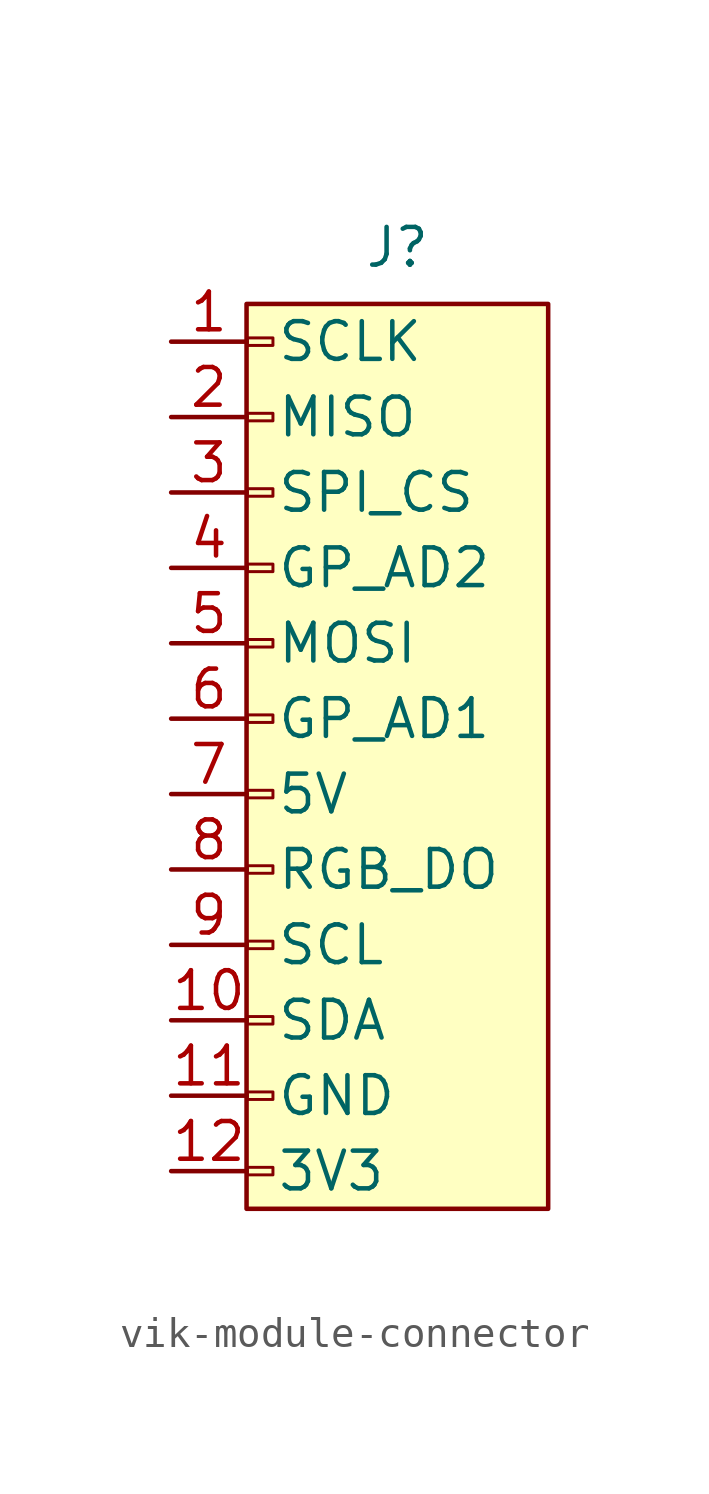
<source format=kicad_sym>
(kicad_symbol_lib
  (version 20220914)
  (generator kicad_symbol_editor)
  (symbol "vik-module-connector"
    (pin_names
      (offset 1))
    (property "Reference" "J"
      (at 0 15.875 0)
      (effects (font (size 1.27 1.27))))
    (symbol "vik-module-connector_1_1"
      (rectangle (start -5.08 13.97) (end 5.08 -16.51) (stroke (width 0) (type default)) (fill (type background)))
      (rectangle (start -5.055 -15.113) (end -4.191 -15.367) (stroke (width 0.1) (type default)) (fill (type none)))
      (rectangle (start -5.055 -12.573) (end -4.191 -12.827) (stroke (width 0.1) (type default)) (fill (type none)))
      (rectangle (start -5.055 -10.033) (end -4.191 -10.287) (stroke (width 0.1) (type default)) (fill (type none)))
      (rectangle (start -5.055 -7.493) (end -4.191 -7.747) (stroke (width 0.1) (type default)) (fill (type none)))
      (rectangle (start -5.055 -4.953) (end -4.191 -5.207) (stroke (width 0.1) (type default)) (fill (type none)))
      (rectangle (start -5.055 -2.413) (end -4.191 -2.667) (stroke (width 0.1) (type default)) (fill (type none)))
      (rectangle (start -5.055 0.127) (end -4.191 -0.127) (stroke (width 0.1) (type default)) (fill (type none)))
      (rectangle (start -5.055 2.667) (end -4.191 2.413) (stroke (width 0.1) (type default)) (fill (type none)))
      (rectangle (start -5.055 5.207) (end -4.191 4.953) (stroke (width 0.1) (type default)) (fill (type none)))
      (rectangle (start -5.055 7.747) (end -4.191 7.493) (stroke (width 0.1) (type default)) (fill (type none)))
      (rectangle (start -5.055 10.287) (end -4.191 10.033) (stroke (width 0.1) (type default)) (fill (type none)))
      (rectangle (start -5.055 12.827) (end -4.191 12.573) (stroke (width 0.1) (type default)) (fill (type none)))
      (pin output line (at -7.62 12.7 0) (length 2.54) (name "SCLK" (effects (font (size 1.27 1.27)))) (number "1" (effects (font (size 1.27 1.27)))))
      (pin bidirectional line (at -7.62 -10.16 0) (length 2.54) (name "SDA" (effects (font (size 1.27 1.27)))) (number "10" (effects (font (size 1.27 1.27)))))
      (pin power_out line (at -7.62 -12.7 0) (length 2.54) (name "GND" (effects (font (size 1.27 1.27)))) (number "11" (effects (font (size 1.27 1.27)))))
      (pin power_out line (at -7.62 -15.24 0) (length 2.54) (name "3V3" (effects (font (size 1.27 1.27)))) (number "12" (effects (font (size 1.27 1.27)))))
      (pin tri_state line (at -7.62 10.16 0) (length 2.54) (name "MISO" (effects (font (size 1.27 1.27)))) (number "2" (effects (font (size 1.27 1.27)))))
      (pin output line (at -7.62 7.62 0) (length 2.54) (name "SPI_CS" (effects (font (size 1.27 1.27)))) (number "3" (effects (font (size 1.27 1.27)))))
      (pin bidirectional line (at -7.62 5.08 0) (length 2.54) (name "GP_AD2" (effects (font (size 1.27 1.27)))) (number "4" (effects (font (size 1.27 1.27)))))
      (pin output line (at -7.62 2.54 0) (length 2.54) (name "MOSI" (effects (font (size 1.27 1.27)))) (number "5" (effects (font (size 1.27 1.27)))))
      (pin bidirectional line (at -7.62 0 0) (length 2.54) (name "GP_AD1" (effects (font (size 1.27 1.27)))) (number "6" (effects (font (size 1.27 1.27)))))
      (pin power_out line (at -7.62 -2.54 0) (length 2.54) (name "5V" (effects (font (size 1.27 1.27)))) (number "7" (effects (font (size 1.27 1.27)))))
      (pin output line (at -7.62 -5.08 0) (length 2.54) (name "RGB_DO" (effects (font (size 1.27 1.27)))) (number "8" (effects (font (size 1.27 1.27)))))
      (pin bidirectional line (at -7.62 -7.62 0) (length 2.54) (name "SCL" (effects (font (size 1.27 1.27)))) (number "9" (effects (font (size 1.27 1.27))))))))
</source>
